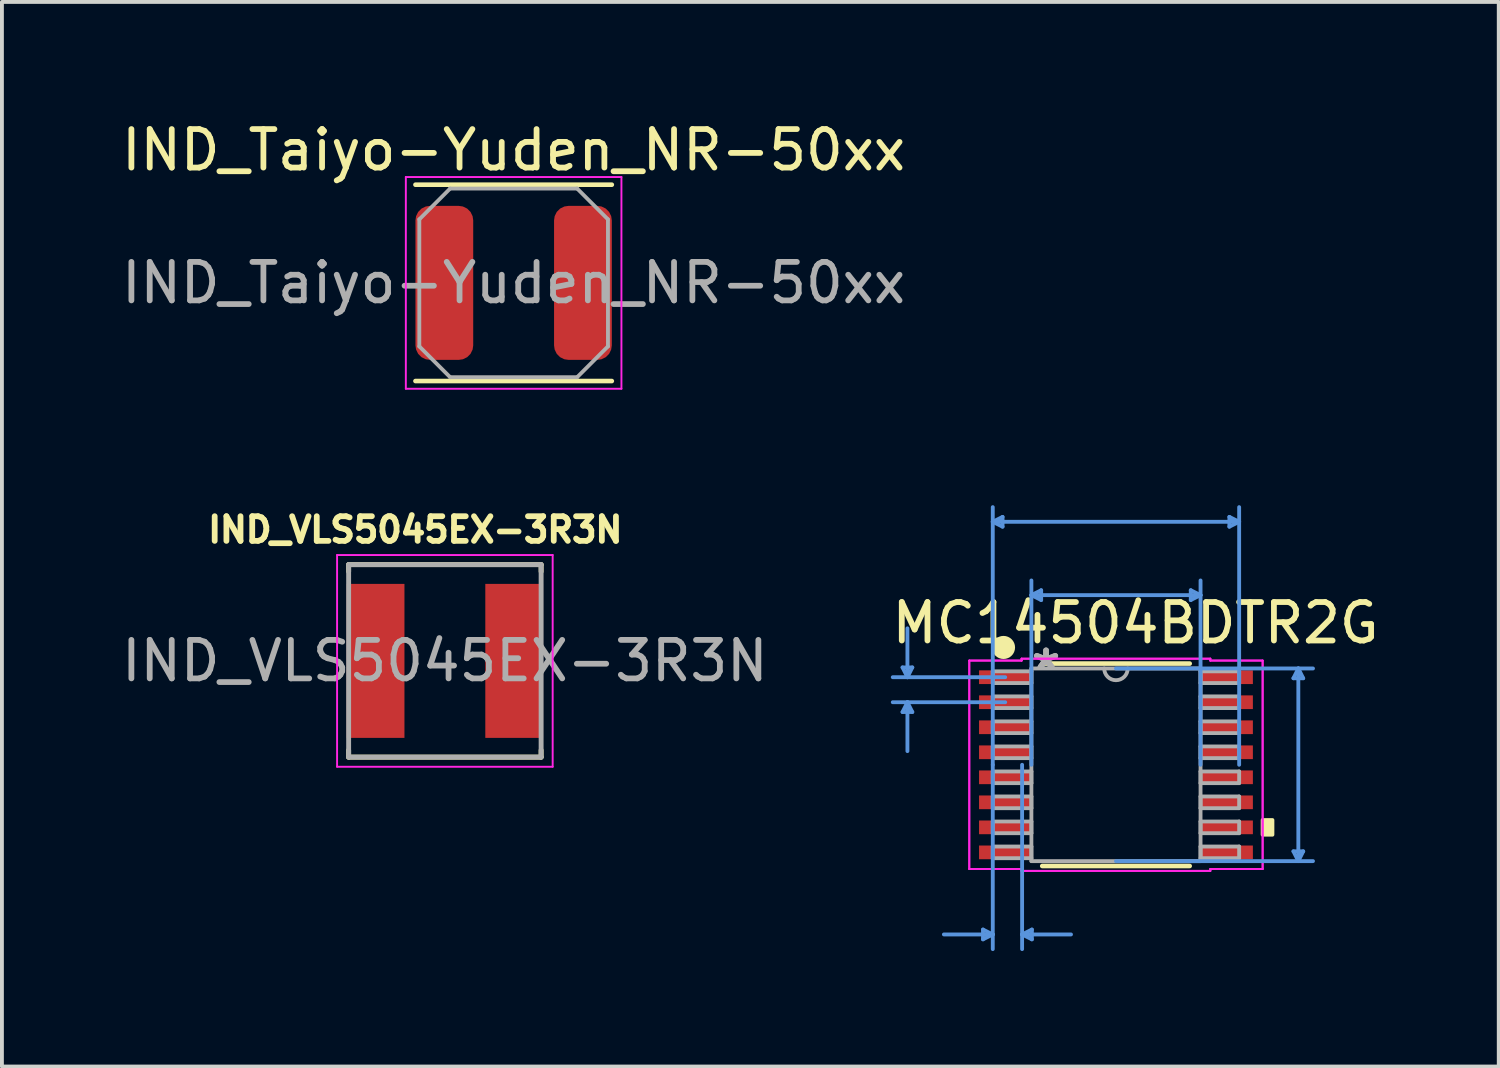
<source format=kicad_pcb>
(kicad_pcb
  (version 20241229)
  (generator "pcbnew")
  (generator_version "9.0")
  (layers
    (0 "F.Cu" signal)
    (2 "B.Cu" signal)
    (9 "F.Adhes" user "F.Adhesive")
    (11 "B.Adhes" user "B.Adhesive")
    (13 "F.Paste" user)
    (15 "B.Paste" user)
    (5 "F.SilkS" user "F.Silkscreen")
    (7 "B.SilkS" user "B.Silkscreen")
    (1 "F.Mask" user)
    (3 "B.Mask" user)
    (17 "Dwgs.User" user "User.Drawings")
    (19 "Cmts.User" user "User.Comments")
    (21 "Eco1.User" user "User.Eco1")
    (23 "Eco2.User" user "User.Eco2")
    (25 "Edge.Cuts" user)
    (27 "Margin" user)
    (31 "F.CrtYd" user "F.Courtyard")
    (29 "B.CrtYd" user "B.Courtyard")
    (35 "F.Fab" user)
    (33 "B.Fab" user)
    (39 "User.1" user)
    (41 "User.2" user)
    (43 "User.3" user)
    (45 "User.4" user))
  (footprint "IND_Taiyo-Yuden_NR-50xx"
    (layer "F.Cu")
    (at 10.292 4.298)
    (property "Reference" "IND_Taiyo-Yuden_NR-50xx" (at 0 -3.45 0) (layer "F.SilkS") (effects (font (size 1 1) (thickness 0.15))))
    (attr smd)
    (fp_line (start -2.55 -2.55) (end 2.55 -2.55) (stroke (width 0.12) (type solid)) (layer "F.SilkS"))
    (fp_line (start -2.55 2.55) (end 2.55 2.55) (stroke (width 0.12) (type solid)) (layer "F.SilkS"))
    (fp_line (start -2.8 -2.75) (end -2.8 2.75) (stroke (width 0.05) (type solid)) (layer "F.CrtYd"))
    (fp_line (start -2.8 2.75) (end 2.8 2.75) (stroke (width 0.05) (type solid)) (layer "F.CrtYd"))
    (fp_line (start 2.8 -2.75) (end -2.8 -2.75) (stroke (width 0.05) (type solid)) (layer "F.CrtYd"))
    (fp_line (start 2.8 2.75) (end 2.8 -2.75) (stroke (width 0.05) (type solid)) (layer "F.CrtYd"))
    (fp_line (start -2.45 -1.65) (end -1.65 -2.45) (stroke (width 0.1) (type solid)) (layer "F.Fab"))
    (fp_line (start -2.45 1.65) (end -2.45 -1.65) (stroke (width 0.1) (type solid)) (layer "F.Fab"))
    (fp_line (start -2.45 1.65) (end -1.65 2.45) (stroke (width 0.1) (type solid)) (layer "F.Fab"))
    (fp_line (start -1.65 -2.45) (end 1.65 -2.45) (stroke (width 0.1) (type solid)) (layer "F.Fab"))
    (fp_line (start -1.65 2.45) (end 1.65 2.45) (stroke (width 0.1) (type solid)) (layer "F.Fab"))
    (fp_line (start 2.45 -1.65) (end 1.65 -2.45) (stroke (width 0.1) (type solid)) (layer "F.Fab"))
    (fp_line (start 2.45 -1.65) (end 2.45 1.65) (stroke (width 0.1) (type solid)) (layer "F.Fab"))
    (fp_line (start 2.45 1.65) (end 1.65 2.45) (stroke (width 0.1) (type solid)) (layer "F.Fab"))
    (fp_text user "${REFERENCE}" (at 0 0 0) (layer "F.Fab") (effects (font (size 1 1) (thickness 0.15))))
    (pad "1" smd roundrect (at -1.8 0) (size 1.5 4) (layers "F.Cu" "F.Mask" "F.Paste") (roundrect_rratio 0.25))
    (pad "2" smd roundrect (at 1.8 0) (size 1.5 4) (layers "F.Cu" "F.Mask" "F.Paste") (roundrect_rratio 0.25)))
  (footprint "IND_VLS5045EX-3R3N"
    (layer "F.Cu")
    (at 8.506 14.117)
    (property "Reference" "IND_VLS5045EX-3R3N" (at -0.768 -3.406 0) (layer "F.SilkS") (effects (font (size 0.64 0.64) (thickness 0.15))))
    (attr smd)
    (fp_line (start -2.5 -2.5) (end -2.5 -2.32) (stroke (width 0.127) (type solid)) (layer "F.SilkS"))
    (fp_line (start -2.5 -2.5) (end 2.5 -2.5) (stroke (width 0.127) (type solid)) (layer "F.SilkS"))
    (fp_line (start -2.5 2.5) (end -2.5 2.32) (stroke (width 0.127) (type solid)) (layer "F.SilkS"))
    (fp_line (start -2.5 2.5) (end 2.5 2.5) (stroke (width 0.127) (type solid)) (layer "F.SilkS"))
    (fp_line (start 2.5 -2.5) (end 2.5 -2.32) (stroke (width 0.127) (type solid)) (layer "F.SilkS"))
    (fp_line (start 2.5 2.5) (end 2.5 2.32) (stroke (width 0.127) (type solid)) (layer "F.SilkS"))
    (fp_line (start -2.8 -2.75) (end -2.8 2.75) (stroke (width 0.05) (type solid)) (layer "F.CrtYd"))
    (fp_line (start -2.8 2.75) (end 2.8 2.75) (stroke (width 0.05) (type solid)) (layer "F.CrtYd"))
    (fp_line (start 2.8 -2.75) (end -2.8 -2.75) (stroke (width 0.05) (type solid)) (layer "F.CrtYd"))
    (fp_line (start 2.8 2.75) (end 2.8 -2.75) (stroke (width 0.05) (type solid)) (layer "F.CrtYd"))
    (fp_line (start -2.5 -2.5) (end -2.5 2.5) (stroke (width 0.127) (type solid)) (layer "F.Fab"))
    (fp_line (start -2.5 -2.5) (end 2.5 -2.5) (stroke (width 0.127) (type solid)) (layer "F.Fab"))
    (fp_line (start -2.5 2.5) (end 2.5 2.5) (stroke (width 0.127) (type solid)) (layer "F.Fab"))
    (fp_line (start 2.5 -2.5) (end 2.5 2.5) (stroke (width 0.127) (type solid)) (layer "F.Fab"))
    (fp_text user "${REFERENCE}" (at 0 0 0) (layer "F.Fab") (effects (font (size 1 1) (thickness 0.15))))
    (pad "1" smd rect (at -1.8 0) (size 1.5 4) (layers "F.Cu" "F.Mask" "F.Paste"))
    (pad "2" smd rect (at 1.8 0) (size 1.5 4) (layers "F.Cu" "F.Mask" "F.Paste")))
  (footprint "MC14504BDTR2G"
    (layer "F.Cu")
    (at 25.938 16.816)
    (property "Reference" "MC14504BDTR2G" (at 0.508 -3.683 0) (layer "F.SilkS") (effects (font (size 1 1) (thickness 0.15))))
    (attr through_hole)
    (fp_line (start -1.915 2.629) (end 1.915 2.629) (stroke (width 0.12) (type solid)) (layer "F.SilkS"))
    (fp_line (start 1.915 -2.629) (end -1.915 -2.629) (stroke (width 0.12) (type solid)) (layer "F.SilkS"))
    (fp_circle (center -2.921 -3.048) (end -2.771 -3.048) (stroke (width 0.3) (type solid)) (fill no) (layer "F.SilkS"))
    (fp_poly (pts (xy 4.064 1.435) (xy 4.064 1.816) (xy 3.81 1.816) (xy 3.81 1.435)) (stroke (width 0.1) (type solid)) (fill yes) (layer "F.SilkS"))
    (fp_line (start -5.544 -2.529) (end -5.29 -2.529) (stroke (width 0.1) (type solid)) (layer "Cmts.User"))
    (fp_line (start -5.544 -1.371) (end -5.29 -1.371) (stroke (width 0.1) (type solid)) (layer "Cmts.User"))
    (fp_line (start -5.417 -2.275) (end -5.544 -2.529) (stroke (width 0.1) (type solid)) (layer "Cmts.User"))
    (fp_line (start -5.417 -2.275) (end -5.417 -3.545) (stroke (width 0.1) (type solid)) (layer "Cmts.User"))
    (fp_line (start -5.417 -2.275) (end -5.29 -2.529) (stroke (width 0.1) (type solid)) (layer "Cmts.User"))
    (fp_line (start -5.417 -1.625) (end -5.544 -1.371) (stroke (width 0.1) (type solid)) (layer "Cmts.User"))
    (fp_line (start -5.417 -1.625) (end -5.417 -0.355) (stroke (width 0.1) (type solid)) (layer "Cmts.User"))
    (fp_line (start -5.417 -1.625) (end -5.29 -1.371) (stroke (width 0.1) (type solid)) (layer "Cmts.User"))
    (fp_line (start -3.454 4.28) (end -3.454 4.534) (stroke (width 0.1) (type solid)) (layer "Cmts.User"))
    (fp_line (start -3.2 -6.312) (end -2.946 -6.439) (stroke (width 0.1) (type solid)) (layer "Cmts.User"))
    (fp_line (start -3.2 -6.312) (end -2.946 -6.185) (stroke (width 0.1) (type solid)) (layer "Cmts.User"))
    (fp_line (start -3.2 -6.312) (end 3.2 -6.312) (stroke (width 0.1) (type solid)) (layer "Cmts.User"))
    (fp_line (start -3.2 0) (end -3.2 -6.693) (stroke (width 0.1) (type solid)) (layer "Cmts.User"))
    (fp_line (start -3.2 0) (end -3.2 4.788) (stroke (width 0.1) (type solid)) (layer "Cmts.User"))
    (fp_line (start -3.2 4.407) (end -4.47 4.407) (stroke (width 0.1) (type solid)) (layer "Cmts.User"))
    (fp_line (start -3.2 4.407) (end -3.454 4.28) (stroke (width 0.1) (type solid)) (layer "Cmts.User"))
    (fp_line (start -3.2 4.407) (end -3.454 4.534) (stroke (width 0.1) (type solid)) (layer "Cmts.User"))
    (fp_line (start -2.946 -6.439) (end -2.946 -6.185) (stroke (width 0.1) (type solid)) (layer "Cmts.User"))
    (fp_line (start -2.877 -2.275) (end -5.798 -2.275) (stroke (width 0.1) (type solid)) (layer "Cmts.User"))
    (fp_line (start -2.877 -1.625) (end -5.798 -1.625) (stroke (width 0.1) (type solid)) (layer "Cmts.User"))
    (fp_line (start -2.438 0) (end -2.438 4.788) (stroke (width 0.1) (type solid)) (layer "Cmts.User"))
    (fp_line (start -2.438 4.407) (end -2.184 4.28) (stroke (width 0.1) (type solid)) (layer "Cmts.User"))
    (fp_line (start -2.438 4.407) (end -2.184 4.534) (stroke (width 0.1) (type solid)) (layer "Cmts.User"))
    (fp_line (start -2.438 4.407) (end -1.168 4.407) (stroke (width 0.1) (type solid)) (layer "Cmts.User"))
    (fp_line (start -2.197 -4.407) (end -1.943 -4.534) (stroke (width 0.1) (type solid)) (layer "Cmts.User"))
    (fp_line (start -2.197 -4.407) (end -1.943 -4.28) (stroke (width 0.1) (type solid)) (layer "Cmts.User"))
    (fp_line (start -2.197 -4.407) (end 2.197 -4.407) (stroke (width 0.1) (type solid)) (layer "Cmts.User"))
    (fp_line (start -2.197 0) (end -2.197 -4.788) (stroke (width 0.1) (type solid)) (layer "Cmts.User"))
    (fp_line (start -2.184 4.28) (end -2.184 4.534) (stroke (width 0.1) (type solid)) (layer "Cmts.User"))
    (fp_line (start -1.943 -4.534) (end -1.943 -4.28) (stroke (width 0.1) (type solid)) (layer "Cmts.User"))
    (fp_line (start 0 -2.502) (end 5.118 -2.502) (stroke (width 0.1) (type solid)) (layer "Cmts.User"))
    (fp_line (start 0 2.502) (end 5.118 2.502) (stroke (width 0.1) (type solid)) (layer "Cmts.User"))
    (fp_line (start 1.943 -4.534) (end 1.943 -4.28) (stroke (width 0.1) (type solid)) (layer "Cmts.User"))
    (fp_line (start 2.197 -4.407) (end 1.943 -4.534) (stroke (width 0.1) (type solid)) (layer "Cmts.User"))
    (fp_line (start 2.197 -4.407) (end 1.943 -4.28) (stroke (width 0.1) (type solid)) (layer "Cmts.User"))
    (fp_line (start 2.197 0) (end 2.197 -4.788) (stroke (width 0.1) (type solid)) (layer "Cmts.User"))
    (fp_line (start 2.946 -6.439) (end 2.946 -6.185) (stroke (width 0.1) (type solid)) (layer "Cmts.User"))
    (fp_line (start 3.2 -6.312) (end 2.946 -6.439) (stroke (width 0.1) (type solid)) (layer "Cmts.User"))
    (fp_line (start 3.2 -6.312) (end 2.946 -6.185) (stroke (width 0.1) (type solid)) (layer "Cmts.User"))
    (fp_line (start 3.2 0) (end 3.2 -6.693) (stroke (width 0.1) (type solid)) (layer "Cmts.User"))
    (fp_line (start 4.61 -2.248) (end 4.864 -2.248) (stroke (width 0.1) (type solid)) (layer "Cmts.User"))
    (fp_line (start 4.61 2.248) (end 4.864 2.248) (stroke (width 0.1) (type solid)) (layer "Cmts.User"))
    (fp_line (start 4.737 -2.502) (end 4.61 -2.248) (stroke (width 0.1) (type solid)) (layer "Cmts.User"))
    (fp_line (start 4.737 -2.502) (end 4.737 2.502) (stroke (width 0.1) (type solid)) (layer "Cmts.User"))
    (fp_line (start 4.737 -2.502) (end 4.864 -2.248) (stroke (width 0.1) (type solid)) (layer "Cmts.User"))
    (fp_line (start 4.737 2.502) (end 4.61 2.248) (stroke (width 0.1) (type solid)) (layer "Cmts.User"))
    (fp_line (start 4.737 2.502) (end 4.864 2.248) (stroke (width 0.1) (type solid)) (layer "Cmts.User"))
    (fp_line (start -3.81 -2.707) (end -2.451 -2.707) (stroke (width 0.05) (type solid)) (layer "F.CrtYd"))
    (fp_line (start -3.81 -2.707) (end -2.451 -2.707) (stroke (width 0.05) (type solid)) (layer "F.CrtYd"))
    (fp_line (start -3.81 2.707) (end -3.81 -2.707) (stroke (width 0.05) (type solid)) (layer "F.CrtYd"))
    (fp_line (start -3.81 2.707) (end -3.81 -2.707) (stroke (width 0.05) (type solid)) (layer "F.CrtYd"))
    (fp_line (start -3.81 2.707) (end -2.451 2.707) (stroke (width 0.05) (type solid)) (layer "F.CrtYd"))
    (fp_line (start -2.451 -2.756) (end 2.451 -2.756) (stroke (width 0.05) (type solid)) (layer "F.CrtYd"))
    (fp_line (start -2.451 -2.756) (end 2.451 -2.756) (stroke (width 0.05) (type solid)) (layer "F.CrtYd"))
    (fp_line (start -2.451 -2.707) (end -2.451 -2.756) (stroke (width 0.05) (type solid)) (layer "F.CrtYd"))
    (fp_line (start -2.451 -2.707) (end -2.451 -2.756) (stroke (width 0.05) (type solid)) (layer "F.CrtYd"))
    (fp_line (start -2.451 2.707) (end -3.81 2.707) (stroke (width 0.05) (type solid)) (layer "F.CrtYd"))
    (fp_line (start -2.451 2.756) (end -2.451 2.707) (stroke (width 0.05) (type solid)) (layer "F.CrtYd"))
    (fp_line (start -2.451 2.756) (end -2.451 2.707) (stroke (width 0.05) (type solid)) (layer "F.CrtYd"))
    (fp_line (start 2.451 -2.756) (end 2.451 -2.707) (stroke (width 0.05) (type solid)) (layer "F.CrtYd"))
    (fp_line (start 2.451 -2.756) (end 2.451 -2.707) (stroke (width 0.05) (type solid)) (layer "F.CrtYd"))
    (fp_line (start 2.451 -2.707) (end 3.81 -2.707) (stroke (width 0.05) (type solid)) (layer "F.CrtYd"))
    (fp_line (start 2.451 2.707) (end 2.451 2.756) (stroke (width 0.05) (type solid)) (layer "F.CrtYd"))
    (fp_line (start 2.451 2.707) (end 2.451 2.756) (stroke (width 0.05) (type solid)) (layer "F.CrtYd"))
    (fp_line (start 2.451 2.756) (end -2.451 2.756) (stroke (width 0.05) (type solid)) (layer "F.CrtYd"))
    (fp_line (start 2.451 2.756) (end -2.451 2.756) (stroke (width 0.05) (type solid)) (layer "F.CrtYd"))
    (fp_line (start 3.81 -2.707) (end 2.451 -2.707) (stroke (width 0.05) (type solid)) (layer "F.CrtYd"))
    (fp_line (start 3.81 -2.707) (end 3.81 2.707) (stroke (width 0.05) (type solid)) (layer "F.CrtYd"))
    (fp_line (start 3.81 -2.707) (end 3.81 2.707) (stroke (width 0.05) (type solid)) (layer "F.CrtYd"))
    (fp_line (start 3.81 2.707) (end 2.451 2.707) (stroke (width 0.05) (type solid)) (layer "F.CrtYd"))
    (fp_line (start 3.81 2.707) (end 2.451 2.707) (stroke (width 0.05) (type solid)) (layer "F.CrtYd"))
    (fp_line (start -3.2 -2.427) (end -3.2 -2.123) (stroke (width 0.1) (type solid)) (layer "F.Fab"))
    (fp_line (start -3.2 -2.123) (end -2.197 -2.123) (stroke (width 0.1) (type solid)) (layer "F.Fab"))
    (fp_line (start -3.2 -1.777) (end -3.2 -1.473) (stroke (width 0.1) (type solid)) (layer "F.Fab"))
    (fp_line (start -3.2 -1.473) (end -2.197 -1.473) (stroke (width 0.1) (type solid)) (layer "F.Fab"))
    (fp_line (start -3.2 -1.127) (end -3.2 -0.823) (stroke (width 0.1) (type solid)) (layer "F.Fab"))
    (fp_line (start -3.2 -0.823) (end -2.197 -0.823) (stroke (width 0.1) (type solid)) (layer "F.Fab"))
    (fp_line (start -3.2 -0.477) (end -3.2 -0.173) (stroke (width 0.1) (type solid)) (layer "F.Fab"))
    (fp_line (start -3.2 -0.173) (end -2.197 -0.173) (stroke (width 0.1) (type solid)) (layer "F.Fab"))
    (fp_line (start -3.2 0.173) (end -3.2 0.477) (stroke (width 0.1) (type solid)) (layer "F.Fab"))
    (fp_line (start -3.2 0.477) (end -2.197 0.477) (stroke (width 0.1) (type solid)) (layer "F.Fab"))
    (fp_line (start -3.2 0.823) (end -3.2 1.127) (stroke (width 0.1) (type solid)) (layer "F.Fab"))
    (fp_line (start -3.2 1.127) (end -2.197 1.127) (stroke (width 0.1) (type solid)) (layer "F.Fab"))
    (fp_line (start -3.2 1.473) (end -3.2 1.777) (stroke (width 0.1) (type solid)) (layer "F.Fab"))
    (fp_line (start -3.2 1.777) (end -2.197 1.777) (stroke (width 0.1) (type solid)) (layer "F.Fab"))
    (fp_line (start -3.2 2.123) (end -3.2 2.427) (stroke (width 0.1) (type solid)) (layer "F.Fab"))
    (fp_line (start -3.2 2.427) (end -2.197 2.427) (stroke (width 0.1) (type solid)) (layer "F.Fab"))
    (fp_line (start -2.197 -2.502) (end -2.197 2.502) (stroke (width 0.1) (type solid)) (layer "F.Fab"))
    (fp_line (start -2.197 -2.427) (end -3.2 -2.427) (stroke (width 0.1) (type solid)) (layer "F.Fab"))
    (fp_line (start -2.197 -2.123) (end -2.197 -2.427) (stroke (width 0.1) (type solid)) (layer "F.Fab"))
    (fp_line (start -2.197 -1.777) (end -3.2 -1.777) (stroke (width 0.1) (type solid)) (layer "F.Fab"))
    (fp_line (start -2.197 -1.473) (end -2.197 -1.777) (stroke (width 0.1) (type solid)) (layer "F.Fab"))
    (fp_line (start -2.197 -1.127) (end -3.2 -1.127) (stroke (width 0.1) (type solid)) (layer "F.Fab"))
    (fp_line (start -2.197 -0.823) (end -2.197 -1.127) (stroke (width 0.1) (type solid)) (layer "F.Fab"))
    (fp_line (start -2.197 -0.477) (end -3.2 -0.477) (stroke (width 0.1) (type solid)) (layer "F.Fab"))
    (fp_line (start -2.197 -0.173) (end -2.197 -0.477) (stroke (width 0.1) (type solid)) (layer "F.Fab"))
    (fp_line (start -2.197 0.173) (end -3.2 0.173) (stroke (width 0.1) (type solid)) (layer "F.Fab"))
    (fp_line (start -2.197 0.477) (end -2.197 0.173) (stroke (width 0.1) (type solid)) (layer "F.Fab"))
    (fp_line (start -2.197 0.823) (end -3.2 0.823) (stroke (width 0.1) (type solid)) (layer "F.Fab"))
    (fp_line (start -2.197 1.127) (end -2.197 0.823) (stroke (width 0.1) (type solid)) (layer "F.Fab"))
    (fp_line (start -2.197 1.473) (end -3.2 1.473) (stroke (width 0.1) (type solid)) (layer "F.Fab"))
    (fp_line (start -2.197 1.777) (end -2.197 1.473) (stroke (width 0.1) (type solid)) (layer "F.Fab"))
    (fp_line (start -2.197 2.123) (end -3.2 2.123) (stroke (width 0.1) (type solid)) (layer "F.Fab"))
    (fp_line (start -2.197 2.427) (end -2.197 2.123) (stroke (width 0.1) (type solid)) (layer "F.Fab"))
    (fp_line (start -2.197 2.502) (end 2.197 2.502) (stroke (width 0.1) (type solid)) (layer "F.Fab"))
    (fp_line (start 2.197 -2.502) (end -2.197 -2.502) (stroke (width 0.1) (type solid)) (layer "F.Fab"))
    (fp_line (start 2.197 -2.427) (end 2.197 -2.123) (stroke (width 0.1) (type solid)) (layer "F.Fab"))
    (fp_line (start 2.197 -2.123) (end 3.2 -2.123) (stroke (width 0.1) (type solid)) (layer "F.Fab"))
    (fp_line (start 2.197 -1.777) (end 2.197 -1.473) (stroke (width 0.1) (type solid)) (layer "F.Fab"))
    (fp_line (start 2.197 -1.473) (end 3.2 -1.473) (stroke (width 0.1) (type solid)) (layer "F.Fab"))
    (fp_line (start 2.197 -1.127) (end 2.197 -0.823) (stroke (width 0.1) (type solid)) (layer "F.Fab"))
    (fp_line (start 2.197 -0.823) (end 3.2 -0.823) (stroke (width 0.1) (type solid)) (layer "F.Fab"))
    (fp_line (start 2.197 -0.477) (end 2.197 -0.173) (stroke (width 0.1) (type solid)) (layer "F.Fab"))
    (fp_line (start 2.197 -0.173) (end 3.2 -0.173) (stroke (width 0.1) (type solid)) (layer "F.Fab"))
    (fp_line (start 2.197 0.173) (end 2.197 0.477) (stroke (width 0.1) (type solid)) (layer "F.Fab"))
    (fp_line (start 2.197 0.477) (end 3.2 0.477) (stroke (width 0.1) (type solid)) (layer "F.Fab"))
    (fp_line (start 2.197 0.823) (end 2.197 1.127) (stroke (width 0.1) (type solid)) (layer "F.Fab"))
    (fp_line (start 2.197 1.127) (end 3.2 1.127) (stroke (width 0.1) (type solid)) (layer "F.Fab"))
    (fp_line (start 2.197 1.473) (end 2.197 1.777) (stroke (width 0.1) (type solid)) (layer "F.Fab"))
    (fp_line (start 2.197 1.777) (end 3.2 1.777) (stroke (width 0.1) (type solid)) (layer "F.Fab"))
    (fp_line (start 2.197 2.123) (end 2.197 2.427) (stroke (width 0.1) (type solid)) (layer "F.Fab"))
    (fp_line (start 2.197 2.427) (end 3.2 2.427) (stroke (width 0.1) (type solid)) (layer "F.Fab"))
    (fp_line (start 2.197 2.502) (end 2.197 -2.502) (stroke (width 0.1) (type solid)) (layer "F.Fab"))
    (fp_line (start 3.2 -2.427) (end 2.197 -2.427) (stroke (width 0.1) (type solid)) (layer "F.Fab"))
    (fp_line (start 3.2 -2.123) (end 3.2 -2.427) (stroke (width 0.1) (type solid)) (layer "F.Fab"))
    (fp_line (start 3.2 -1.777) (end 2.197 -1.777) (stroke (width 0.1) (type solid)) (layer "F.Fab"))
    (fp_line (start 3.2 -1.473) (end 3.2 -1.777) (stroke (width 0.1) (type solid)) (layer "F.Fab"))
    (fp_line (start 3.2 -1.127) (end 2.197 -1.127) (stroke (width 0.1) (type solid)) (layer "F.Fab"))
    (fp_line (start 3.2 -0.823) (end 3.2 -1.127) (stroke (width 0.1) (type solid)) (layer "F.Fab"))
    (fp_line (start 3.2 -0.477) (end 2.197 -0.477) (stroke (width 0.1) (type solid)) (layer "F.Fab"))
    (fp_line (start 3.2 -0.173) (end 3.2 -0.477) (stroke (width 0.1) (type solid)) (layer "F.Fab"))
    (fp_line (start 3.2 0.173) (end 2.197 0.173) (stroke (width 0.1) (type solid)) (layer "F.Fab"))
    (fp_line (start 3.2 0.477) (end 3.2 0.173) (stroke (width 0.1) (type solid)) (layer "F.Fab"))
    (fp_line (start 3.2 0.823) (end 2.197 0.823) (stroke (width 0.1) (type solid)) (layer "F.Fab"))
    (fp_line (start 3.2 1.127) (end 3.2 0.823) (stroke (width 0.1) (type solid)) (layer "F.Fab"))
    (fp_line (start 3.2 1.473) (end 2.197 1.473) (stroke (width 0.1) (type solid)) (layer "F.Fab"))
    (fp_line (start 3.2 1.777) (end 3.2 1.473) (stroke (width 0.1) (type solid)) (layer "F.Fab"))
    (fp_line (start 3.2 2.123) (end 2.197 2.123) (stroke (width 0.1) (type solid)) (layer "F.Fab"))
    (fp_line (start 3.2 2.427) (end 3.2 2.123) (stroke (width 0.1) (type solid)) (layer "F.Fab"))
    (fp_arc (start 0.3048 -2.5019) (mid 0 -2.1971) (end -0.3048 -2.5019) (stroke (width 0.1) (type solid)) (layer "F.Fab"))
    (fp_text user "*" (at -1.816 -2.426 0) (layer "F.Fab") (effects (font (size 1 1) (thickness 0.15))))
    (fp_text user "*" (at -1.816 -2.426 0) (layer "F.Fab") (effects (font (size 1 1) (thickness 0.15))))
    (pad "1" smd rect (at -2.877 -2.275) (size 1.359 0.356) (layers "F.Cu" "F.Mask" "F.Paste"))
    (pad "2" smd rect (at -2.877 -1.625) (size 1.359 0.356) (layers "F.Cu" "F.Mask" "F.Paste"))
    (pad "3" smd rect (at -2.877 -0.975) (size 1.359 0.356) (layers "F.Cu" "F.Mask" "F.Paste"))
    (pad "4" smd rect (at -2.877 -0.325) (size 1.359 0.356) (layers "F.Cu" "F.Mask" "F.Paste"))
    (pad "5" smd rect (at -2.877 0.325) (size 1.359 0.356) (layers "F.Cu" "F.Mask" "F.Paste"))
    (pad "6" smd rect (at -2.877 0.975) (size 1.359 0.356) (layers "F.Cu" "F.Mask" "F.Paste"))
    (pad "7" smd rect (at -2.877 1.625) (size 1.359 0.356) (layers "F.Cu" "F.Mask" "F.Paste"))
    (pad "8" smd rect (at -2.877 2.275) (size 1.359 0.356) (layers "F.Cu" "F.Mask" "F.Paste"))
    (pad "9" smd rect (at 2.877 2.275) (size 1.359 0.356) (layers "F.Cu" "F.Mask" "F.Paste"))
    (pad "10" smd rect (at 2.877 1.625) (size 1.359 0.356) (layers "F.Cu" "F.Mask" "F.Paste"))
    (pad "11" smd rect (at 2.877 0.975) (size 1.359 0.356) (layers "F.Cu" "F.Mask" "F.Paste"))
    (pad "12" smd rect (at 2.877 0.325) (size 1.359 0.356) (layers "F.Cu" "F.Mask" "F.Paste"))
    (pad "13" smd rect (at 2.877 -0.325) (size 1.359 0.356) (layers "F.Cu" "F.Mask" "F.Paste"))
    (pad "14" smd rect (at 2.877 -0.975) (size 1.359 0.356) (layers "F.Cu" "F.Mask" "F.Paste"))
    (pad "15" smd rect (at 2.877 -1.625) (size 1.359 0.356) (layers "F.Cu" "F.Mask" "F.Paste"))
    (pad "16" smd rect (at 2.877 -2.275) (size 1.359 0.356) (layers "F.Cu" "F.Mask" "F.Paste")))
  (gr_rect
    (start -3 -3)
    (end 35.881 24.654)
    (stroke (width 0.1) (type default))
    (fill no)
    (layer "Edge.Cuts")))
</source>
